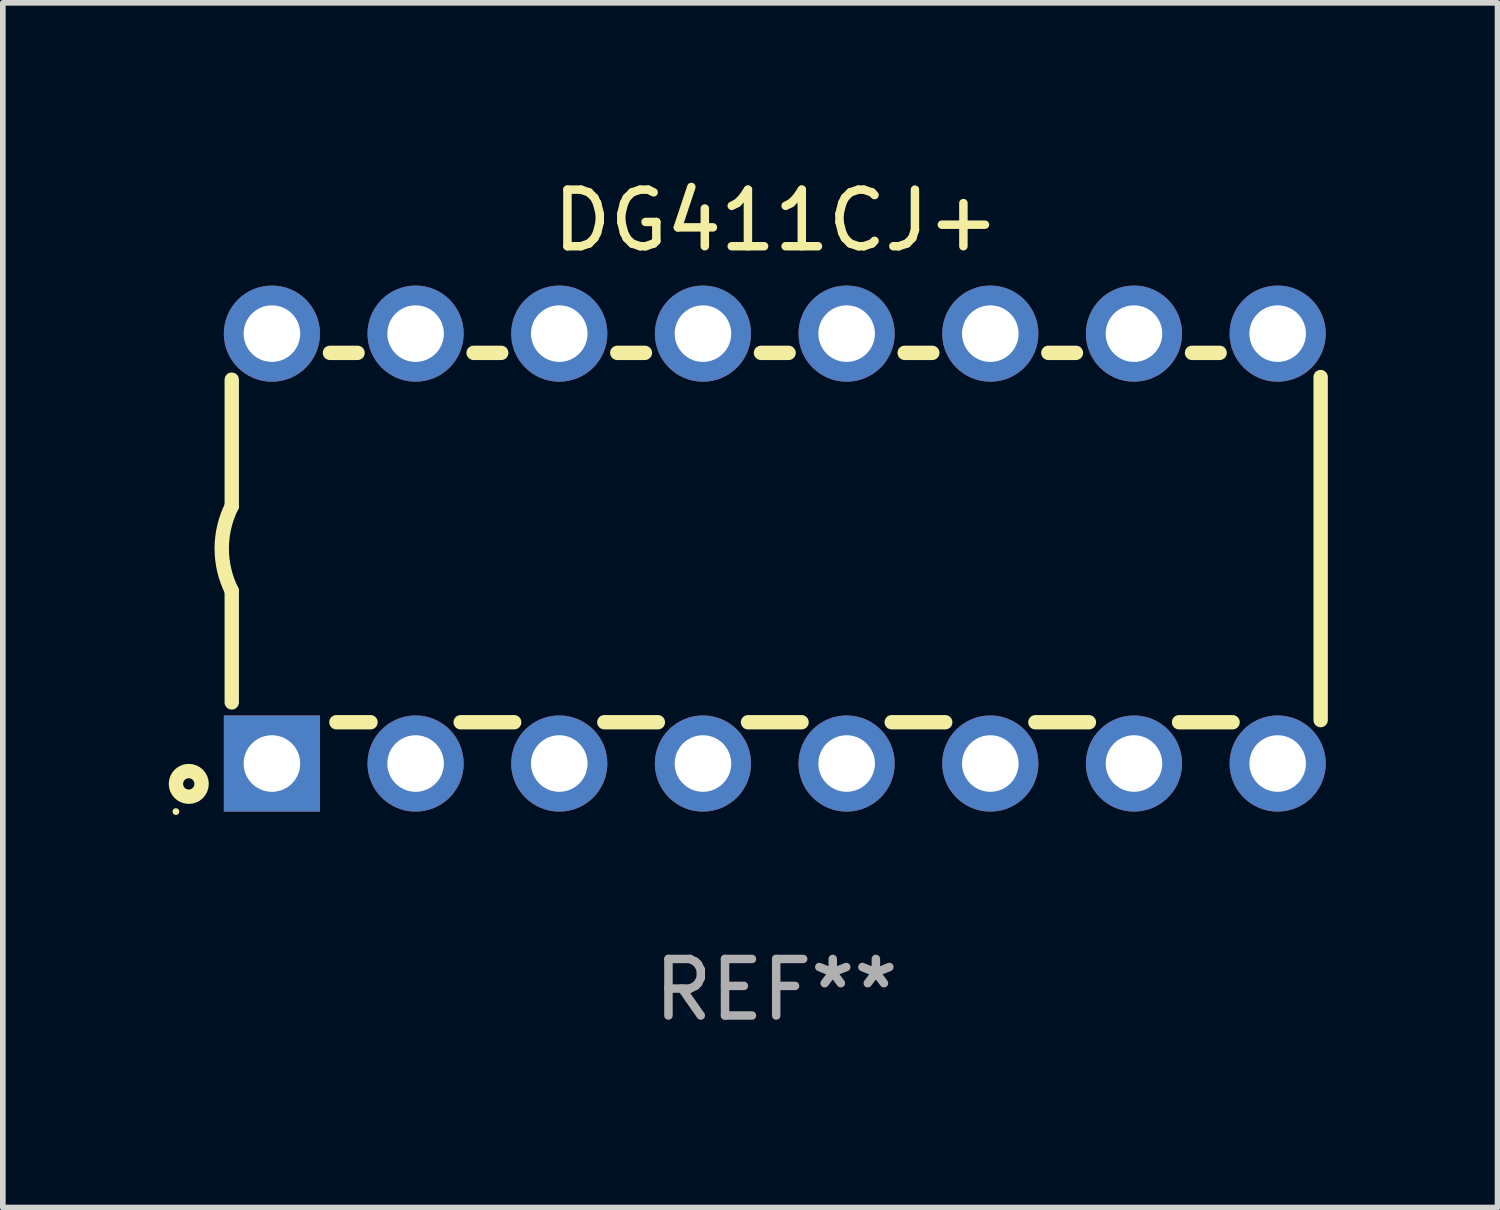
<source format=kicad_pcb>
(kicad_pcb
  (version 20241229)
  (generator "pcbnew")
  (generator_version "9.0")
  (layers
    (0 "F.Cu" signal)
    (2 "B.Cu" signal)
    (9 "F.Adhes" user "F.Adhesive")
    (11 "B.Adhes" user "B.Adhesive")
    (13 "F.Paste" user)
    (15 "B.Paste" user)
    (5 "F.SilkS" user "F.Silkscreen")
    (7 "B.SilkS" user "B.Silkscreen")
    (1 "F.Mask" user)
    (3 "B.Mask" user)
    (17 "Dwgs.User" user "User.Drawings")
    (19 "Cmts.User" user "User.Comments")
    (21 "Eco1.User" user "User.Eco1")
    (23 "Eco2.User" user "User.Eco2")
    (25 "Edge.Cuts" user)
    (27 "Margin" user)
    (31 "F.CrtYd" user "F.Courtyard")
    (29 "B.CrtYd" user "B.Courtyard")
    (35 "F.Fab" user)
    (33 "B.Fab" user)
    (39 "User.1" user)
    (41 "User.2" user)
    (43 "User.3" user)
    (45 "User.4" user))
  (footprint "DG411CJ+"
    (layer "F.Cu")
    (at 10.672 6.648)
    (property "Reference" "DG411CJ+" (at 0 -5.8 0) (layer "F.SilkS") (effects (font (size 1 1) (thickness 0.15))))
    (attr through_hole)
    (fp_line (start -9.625 -0.75) (end -9.625 -2.986) (stroke (width 0.254) (type solid)) (layer "F.SilkS"))
    (fp_line (start -9.625 0.749) (end -9.625 2.719) (stroke (width 0.254) (type solid)) (layer "F.SilkS"))
    (fp_line (start -7.889 -3.46) (end -7.401 -3.46) (stroke (width 0.254) (type solid)) (layer "F.SilkS"))
    (fp_line (start -7.775 3.07) (end -7.172 3.07) (stroke (width 0.254) (type solid)) (layer "F.SilkS"))
    (fp_line (start -5.578 3.07) (end -4.632 3.07) (stroke (width 0.254) (type solid)) (layer "F.SilkS"))
    (fp_line (start -5.349 -3.46) (end -4.861 -3.46) (stroke (width 0.254) (type solid)) (layer "F.SilkS"))
    (fp_line (start -3.038 3.07) (end -2.092 3.07) (stroke (width 0.254) (type solid)) (layer "F.SilkS"))
    (fp_line (start -2.809 -3.46) (end -2.321 -3.46) (stroke (width 0.254) (type solid)) (layer "F.SilkS"))
    (fp_line (start -0.498 3.07) (end 0.448 3.07) (stroke (width 0.254) (type solid)) (layer "F.SilkS"))
    (fp_line (start -0.269 -3.46) (end 0.219 -3.46) (stroke (width 0.254) (type solid)) (layer "F.SilkS"))
    (fp_line (start 2.042 3.07) (end 2.988 3.07) (stroke (width 0.254) (type solid)) (layer "F.SilkS"))
    (fp_line (start 2.271 -3.46) (end 2.759 -3.46) (stroke (width 0.254) (type solid)) (layer "F.SilkS"))
    (fp_line (start 4.582 3.07) (end 5.528 3.07) (stroke (width 0.254) (type solid)) (layer "F.SilkS"))
    (fp_line (start 4.811 -3.46) (end 5.299 -3.46) (stroke (width 0.254) (type solid)) (layer "F.SilkS"))
    (fp_line (start 7.122 3.07) (end 8.068 3.07) (stroke (width 0.254) (type solid)) (layer "F.SilkS"))
    (fp_line (start 7.351 -3.46) (end 7.839 -3.46) (stroke (width 0.254) (type solid)) (layer "F.SilkS"))
    (fp_line (start 9.625 3.032) (end 9.625 -3.032) (stroke (width 0.254) (type solid)) (layer "F.SilkS"))
    (fp_arc (start -9.624993 0.748819) (mid -9.801912 -0.000581) (end -9.625019 -0.749987) (stroke (width 0.254001) (type solid)) (layer "F.SilkS"))
    (fp_circle (center -10.612 4.65) (end -10.582 4.65) (stroke (width 0.06) (type solid)) (fill no) (layer "F.SilkS"))
    (fp_circle (center -10.385 4.16) (end -10.285 4.16) (stroke (width 0.254) (type solid)) (fill no) (layer "F.SilkS"))
    (fp_text user "REF**" (at 0 7.8 0) (layer "F.Fab") (effects (font (size 1 1) (thickness 0.15))))
    (pad "1" thru_hole rect (at -8.915 3.8 90) (size 1.7 1.7) (drill 1) (layers "*.Cu" "*.Mask"))
    (pad "2" thru_hole circle (at -6.375 3.8) (size 1.7 1.7) (drill 1) (layers "*.Cu" "*.Mask"))
    (pad "3" thru_hole circle (at -3.835 3.8) (size 1.7 1.7) (drill 1) (layers "*.Cu" "*.Mask"))
    (pad "4" thru_hole circle (at -1.295 3.8) (size 1.7 1.7) (drill 1) (layers "*.Cu" "*.Mask"))
    (pad "5" thru_hole circle (at 1.245 3.8) (size 1.7 1.7) (drill 1) (layers "*.Cu" "*.Mask"))
    (pad "6" thru_hole circle (at 3.785 3.8) (size 1.7 1.7) (drill 1) (layers "*.Cu" "*.Mask"))
    (pad "7" thru_hole circle (at 6.325 3.8) (size 1.7 1.7) (drill 1) (layers "*.Cu" "*.Mask"))
    (pad "8" thru_hole circle (at 8.865 3.8) (size 1.7 1.7) (drill 1) (layers "*.Cu" "*.Mask"))
    (pad "9" thru_hole circle (at 8.865 -3.8) (size 1.7 1.7) (drill 1) (layers "*.Cu" "*.Mask"))
    (pad "10" thru_hole circle (at 6.325 -3.8) (size 1.7 1.7) (drill 1) (layers "*.Cu" "*.Mask"))
    (pad "11" thru_hole circle (at 3.785 -3.8) (size 1.7 1.7) (drill 1) (layers "*.Cu" "*.Mask"))
    (pad "12" thru_hole circle (at 1.245 -3.8) (size 1.7 1.7) (drill 1) (layers "*.Cu" "*.Mask"))
    (pad "13" thru_hole circle (at -1.295 -3.8) (size 1.7 1.7) (drill 1) (layers "*.Cu" "*.Mask"))
    (pad "14" thru_hole circle (at -3.835 -3.8) (size 1.7 1.7) (drill 1) (layers "*.Cu" "*.Mask"))
    (pad "15" thru_hole circle (at -6.375 -3.8) (size 1.7 1.7) (drill 1) (layers "*.Cu" "*.Mask"))
    (pad "16" thru_hole circle (at -8.915 -3.8) (size 1.7 1.7) (drill 1) (layers "*.Cu" "*.Mask")))
  (gr_rect
    (start -3 -3)
    (end 23.424 18.297)
    (stroke (width 0.1) (type default))
    (fill no)
    (layer "Edge.Cuts")))
</source>
